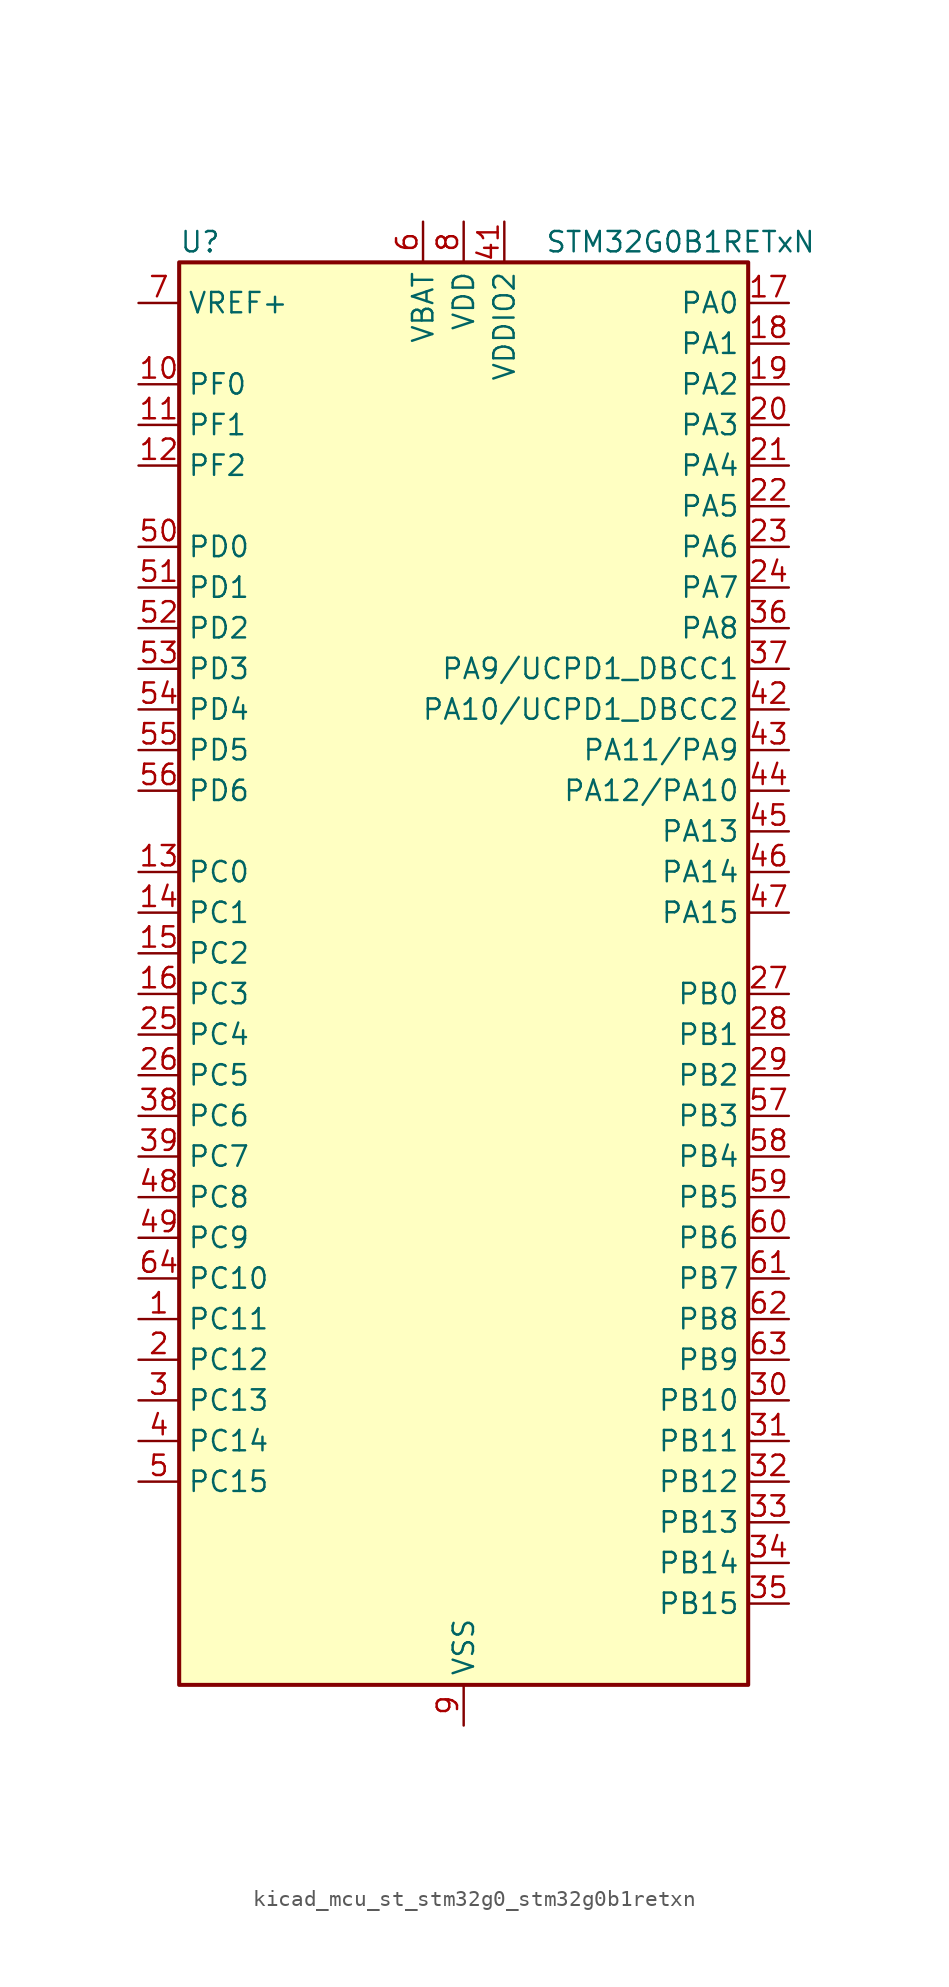
<source format=kicad_sym>
(kicad_symbol_lib
  (version 20220914)
  (generator kicad_symbol_editor)
  (symbol "kicad_mcu_st_stm32g0_stm32g0b1retxn"
    (property "Reference" "U"
      (at -17.78 46.99 0)
      (effects (font (size 1.27 1.27)) (justify left)))
    (property "Value" "STM32G0B1RETxN"
      (at 5.08 46.99 0)
      (effects (font (size 1.27 1.27)) (justify left)))
    (property "ki_locked" ""
      (at 0 0 0)
      (effects (font (size 1.27 1.27))))
    (symbol "kicad_mcu_st_stm32g0_stm32g0b1retxn_0_1"
      (rectangle (start -17.78 -43.18) (end 17.78 45.72) (stroke (width 0.254) (type default)) (fill (type background))))
    (symbol "kicad_mcu_st_stm32g0_stm32g0b1retxn_1_1"
      (pin bidirectional line (at -20.32 -20.32 0) (length 2.54) (name "PC11" (effects (font (size 1.27 1.27)))) (number "1" (effects (font (size 1.27 1.27)))) (alternate "ADC1_EXTI11" bidirectional line) (alternate "SPI3_MISO" bidirectional line) (alternate "TIM1_CH4" bidirectional line) (alternate "USART3_RX" bidirectional line) (alternate "USART4_RX" bidirectional line))
      (pin bidirectional line (at -20.32 38.1 0) (length 2.54) (name "PF0" (effects (font (size 1.27 1.27)))) (number "10" (effects (font (size 1.27 1.27)))) (alternate "CRS1_SYNC" bidirectional line) (alternate "RCC_OSC_IN" bidirectional line) (alternate "TIM14_CH1" bidirectional line))
      (pin bidirectional line (at -20.32 35.56 0) (length 2.54) (name "PF1" (effects (font (size 1.27 1.27)))) (number "11" (effects (font (size 1.27 1.27)))) (alternate "RCC_OSC_EN" bidirectional line) (alternate "RCC_OSC_OUT" bidirectional line) (alternate "TIM15_CH1N" bidirectional line))
      (pin bidirectional line (at -20.32 33.02 0) (length 2.54) (name "PF2" (effects (font (size 1.27 1.27)))) (number "12" (effects (font (size 1.27 1.27)))) (alternate "LPUART2_DE" bidirectional line) (alternate "LPUART2_RTS" bidirectional line) (alternate "LPUART2_TX" bidirectional line) (alternate "RCC_MCO" bidirectional line))
      (pin bidirectional line (at -20.32 7.62 0) (length 2.54) (name "PC0" (effects (font (size 1.27 1.27)))) (number "13" (effects (font (size 1.27 1.27)))) (alternate "COMP3_INM" bidirectional line) (alternate "COMP3_OUT" bidirectional line) (alternate "I2C3_SCL" bidirectional line) (alternate "LPTIM1_IN1" bidirectional line) (alternate "LPTIM2_IN1" bidirectional line) (alternate "LPUART1_RX" bidirectional line) (alternate "LPUART2_TX" bidirectional line) (alternate "USART6_TX" bidirectional line))
      (pin bidirectional line (at -20.32 5.08 0) (length 2.54) (name "PC1" (effects (font (size 1.27 1.27)))) (number "14" (effects (font (size 1.27 1.27)))) (alternate "COMP3_INP" bidirectional line) (alternate "I2C3_SDA" bidirectional line) (alternate "LPTIM1_OUT" bidirectional line) (alternate "LPUART1_TX" bidirectional line) (alternate "LPUART2_RX" bidirectional line) (alternate "TIM15_CH1" bidirectional line) (alternate "USART6_RX" bidirectional line))
      (pin bidirectional line (at -20.32 2.54 0) (length 2.54) (name "PC2" (effects (font (size 1.27 1.27)))) (number "15" (effects (font (size 1.27 1.27)))) (alternate "COMP3_OUT" bidirectional line) (alternate "FDCAN2_RX" bidirectional line) (alternate "I2S2_MCK" bidirectional line) (alternate "LPTIM1_IN2" bidirectional line) (alternate "SPI2_MISO" bidirectional line) (alternate "TIM15_CH2" bidirectional line))
      (pin bidirectional line (at -20.32 0 0) (length 2.54) (name "PC3" (effects (font (size 1.27 1.27)))) (number "16" (effects (font (size 1.27 1.27)))) (alternate "FDCAN2_TX" bidirectional line) (alternate "I2S2_SD" bidirectional line) (alternate "LPTIM1_ETR" bidirectional line) (alternate "LPTIM2_ETR" bidirectional line) (alternate "SPI2_MOSI" bidirectional line))
      (pin bidirectional line (at 20.32 43.18 180) (length 2.54) (name "PA0" (effects (font (size 1.27 1.27)))) (number "17" (effects (font (size 1.27 1.27)))) (alternate "ADC1_IN0" bidirectional line) (alternate "COMP1_INM" bidirectional line) (alternate "COMP1_OUT" bidirectional line) (alternate "I2S2_CK" bidirectional line) (alternate "LPTIM1_OUT" bidirectional line) (alternate "RTC_TAMP_IN2" bidirectional line) (alternate "SPI2_SCK" bidirectional line) (alternate "SYS_WKUP1" bidirectional line) (alternate "TIM2_CH1" bidirectional line) (alternate "TIM2_ETR" bidirectional line) (alternate "UCPD2_FRSTX1" bidirectional line) (alternate "UCPD2_FRSTX2" bidirectional line) (alternate "USART2_CTS" bidirectional line) (alternate "USART2_NSS" bidirectional line) (alternate "USART4_TX" bidirectional line))
      (pin bidirectional line (at 20.32 40.64 180) (length 2.54) (name "PA1" (effects (font (size 1.27 1.27)))) (number "18" (effects (font (size 1.27 1.27)))) (alternate "ADC1_IN1" bidirectional line) (alternate "COMP1_INP" bidirectional line) (alternate "I2C1_SMBA" bidirectional line) (alternate "I2S1_CK" bidirectional line) (alternate "SPI1_SCK" bidirectional line) (alternate "TIM15_CH1N" bidirectional line) (alternate "TIM2_CH2" bidirectional line) (alternate "USART2_CK" bidirectional line) (alternate "USART2_DE" bidirectional line) (alternate "USART2_RTS" bidirectional line) (alternate "USART4_RX" bidirectional line))
      (pin bidirectional line (at 20.32 38.1 180) (length 2.54) (name "PA2" (effects (font (size 1.27 1.27)))) (number "19" (effects (font (size 1.27 1.27)))) (alternate "ADC1_IN2" bidirectional line) (alternate "COMP2_INM" bidirectional line) (alternate "COMP2_OUT" bidirectional line) (alternate "I2S1_SD" bidirectional line) (alternate "LPUART1_TX" bidirectional line) (alternate "RCC_LSCO" bidirectional line) (alternate "SPI1_MOSI" bidirectional line) (alternate "SYS_WKUP4" bidirectional line) (alternate "TIM15_CH1" bidirectional line) (alternate "TIM2_CH3" bidirectional line) (alternate "UCPD1_FRSTX1" bidirectional line) (alternate "UCPD1_FRSTX2" bidirectional line) (alternate "USART2_TX" bidirectional line))
      (pin bidirectional line (at -20.32 -22.86 0) (length 2.54) (name "PC12" (effects (font (size 1.27 1.27)))) (number "2" (effects (font (size 1.27 1.27)))) (alternate "LPTIM1_IN1" bidirectional line) (alternate "SPI3_MOSI" bidirectional line) (alternate "TIM14_CH1" bidirectional line) (alternate "UCPD1_FRSTX1" bidirectional line) (alternate "UCPD1_FRSTX2" bidirectional line) (alternate "USART5_TX" bidirectional line))
      (pin bidirectional line (at 20.32 35.56 180) (length 2.54) (name "PA3" (effects (font (size 1.27 1.27)))) (number "20" (effects (font (size 1.27 1.27)))) (alternate "ADC1_IN3" bidirectional line) (alternate "COMP2_INP" bidirectional line) (alternate "I2S2_MCK" bidirectional line) (alternate "LPUART1_RX" bidirectional line) (alternate "SPI2_MISO" bidirectional line) (alternate "TIM15_CH2" bidirectional line) (alternate "TIM2_CH4" bidirectional line) (alternate "UCPD2_FRSTX1" bidirectional line) (alternate "UCPD2_FRSTX2" bidirectional line) (alternate "USART2_RX" bidirectional line))
      (pin bidirectional line (at 20.32 33.02 180) (length 2.54) (name "PA4" (effects (font (size 1.27 1.27)))) (number "21" (effects (font (size 1.27 1.27)))) (alternate "ADC1_IN4" bidirectional line) (alternate "DAC1_OUT1" bidirectional line) (alternate "I2S1_WS" bidirectional line) (alternate "I2S2_SD" bidirectional line) (alternate "LPTIM2_OUT" bidirectional line) (alternate "RTC_OUT2" bidirectional line) (alternate "SPI1_NSS" bidirectional line) (alternate "SPI2_MOSI" bidirectional line) (alternate "SPI3_NSS" bidirectional line) (alternate "TIM14_CH1" bidirectional line) (alternate "UCPD2_FRSTX1" bidirectional line) (alternate "UCPD2_FRSTX2" bidirectional line) (alternate "USART6_TX" bidirectional line) (alternate "USB_NOE" bidirectional line))
      (pin bidirectional line (at 20.32 30.48 180) (length 2.54) (name "PA5" (effects (font (size 1.27 1.27)))) (number "22" (effects (font (size 1.27 1.27)))) (alternate "ADC1_IN5" bidirectional line) (alternate "CEC" bidirectional line) (alternate "DAC1_OUT2" bidirectional line) (alternate "I2S1_CK" bidirectional line) (alternate "LPTIM2_ETR" bidirectional line) (alternate "SPI1_SCK" bidirectional line) (alternate "TIM2_CH1" bidirectional line) (alternate "TIM2_ETR" bidirectional line) (alternate "UCPD1_FRSTX1" bidirectional line) (alternate "UCPD1_FRSTX2" bidirectional line) (alternate "USART3_TX" bidirectional line) (alternate "USART6_RX" bidirectional line))
      (pin bidirectional line (at 20.32 27.94 180) (length 2.54) (name "PA6" (effects (font (size 1.27 1.27)))) (number "23" (effects (font (size 1.27 1.27)))) (alternate "ADC1_IN6" bidirectional line) (alternate "COMP1_OUT" bidirectional line) (alternate "I2C2_SDA" bidirectional line) (alternate "I2C3_SDA" bidirectional line) (alternate "I2S1_MCK" bidirectional line) (alternate "LPUART1_CTS" bidirectional line) (alternate "SPI1_MISO" bidirectional line) (alternate "TIM16_CH1" bidirectional line) (alternate "TIM1_BK" bidirectional line) (alternate "TIM3_CH1" bidirectional line) (alternate "USART3_CTS" bidirectional line) (alternate "USART3_NSS" bidirectional line) (alternate "USART6_CTS" bidirectional line) (alternate "USART6_NSS" bidirectional line))
      (pin bidirectional line (at 20.32 25.4 180) (length 2.54) (name "PA7" (effects (font (size 1.27 1.27)))) (number "24" (effects (font (size 1.27 1.27)))) (alternate "ADC1_IN7" bidirectional line) (alternate "COMP2_OUT" bidirectional line) (alternate "I2C2_SCL" bidirectional line) (alternate "I2C3_SCL" bidirectional line) (alternate "I2S1_SD" bidirectional line) (alternate "SPI1_MOSI" bidirectional line) (alternate "TIM14_CH1" bidirectional line) (alternate "TIM17_CH1" bidirectional line) (alternate "TIM1_CH1N" bidirectional line) (alternate "TIM3_CH2" bidirectional line) (alternate "UCPD1_FRSTX1" bidirectional line) (alternate "UCPD1_FRSTX2" bidirectional line) (alternate "USART6_CK" bidirectional line) (alternate "USART6_DE" bidirectional line) (alternate "USART6_RTS" bidirectional line))
      (pin bidirectional line (at -20.32 -2.54 0) (length 2.54) (name "PC4" (effects (font (size 1.27 1.27)))) (number "25" (effects (font (size 1.27 1.27)))) (alternate "ADC1_IN17" bidirectional line) (alternate "COMP1_INM" bidirectional line) (alternate "FDCAN1_RX" bidirectional line) (alternate "TIM2_CH1" bidirectional line) (alternate "TIM2_ETR" bidirectional line) (alternate "USART1_TX" bidirectional line) (alternate "USART3_TX" bidirectional line))
      (pin bidirectional line (at -20.32 -5.08 0) (length 2.54) (name "PC5" (effects (font (size 1.27 1.27)))) (number "26" (effects (font (size 1.27 1.27)))) (alternate "ADC1_IN18" bidirectional line) (alternate "COMP1_INP" bidirectional line) (alternate "FDCAN1_TX" bidirectional line) (alternate "SYS_WKUP5" bidirectional line) (alternate "TIM2_CH2" bidirectional line) (alternate "USART1_RX" bidirectional line) (alternate "USART3_RX" bidirectional line))
      (pin bidirectional line (at 20.32 0 180) (length 2.54) (name "PB0" (effects (font (size 1.27 1.27)))) (number "27" (effects (font (size 1.27 1.27)))) (alternate "ADC1_IN8" bidirectional line) (alternate "COMP1_OUT" bidirectional line) (alternate "COMP3_INP" bidirectional line) (alternate "FDCAN2_RX" bidirectional line) (alternate "I2S1_WS" bidirectional line) (alternate "LPTIM1_OUT" bidirectional line) (alternate "LPUART2_CTS" bidirectional line) (alternate "SPI1_NSS" bidirectional line) (alternate "TIM1_CH2N" bidirectional line) (alternate "TIM3_CH3" bidirectional line) (alternate "UCPD1_FRSTX1" bidirectional line) (alternate "UCPD1_FRSTX2" bidirectional line) (alternate "USART3_RX" bidirectional line) (alternate "USART5_TX" bidirectional line))
      (pin bidirectional line (at 20.32 -2.54 180) (length 2.54) (name "PB1" (effects (font (size 1.27 1.27)))) (number "28" (effects (font (size 1.27 1.27)))) (alternate "ADC1_IN9" bidirectional line) (alternate "COMP1_INM" bidirectional line) (alternate "COMP3_OUT" bidirectional line) (alternate "FDCAN2_TX" bidirectional line) (alternate "LPTIM2_IN1" bidirectional line) (alternate "LPUART1_DE" bidirectional line) (alternate "LPUART1_RTS" bidirectional line) (alternate "LPUART2_DE" bidirectional line) (alternate "LPUART2_RTS" bidirectional line) (alternate "TIM14_CH1" bidirectional line) (alternate "TIM1_CH3N" bidirectional line) (alternate "TIM3_CH4" bidirectional line) (alternate "USART3_CK" bidirectional line) (alternate "USART3_DE" bidirectional line) (alternate "USART3_RTS" bidirectional line) (alternate "USART5_RX" bidirectional line))
      (pin bidirectional line (at 20.32 -5.08 180) (length 2.54) (name "PB2" (effects (font (size 1.27 1.27)))) (number "29" (effects (font (size 1.27 1.27)))) (alternate "ADC1_IN10" bidirectional line) (alternate "COMP1_INP" bidirectional line) (alternate "COMP3_INM" bidirectional line) (alternate "I2S2_MCK" bidirectional line) (alternate "LPTIM1_OUT" bidirectional line) (alternate "RCC_MCO_2" bidirectional line) (alternate "SPI2_MISO" bidirectional line) (alternate "USART3_TX" bidirectional line))
      (pin bidirectional line (at -20.32 -25.4 0) (length 2.54) (name "PC13" (effects (font (size 1.27 1.27)))) (number "3" (effects (font (size 1.27 1.27)))) (alternate "RTC_OUT1" bidirectional line) (alternate "RTC_TAMP_IN1" bidirectional line) (alternate "RTC_TS" bidirectional line) (alternate "SYS_WKUP2" bidirectional line) (alternate "TIM1_BK" bidirectional line))
      (pin bidirectional line (at 20.32 -25.4 180) (length 2.54) (name "PB10" (effects (font (size 1.27 1.27)))) (number "30" (effects (font (size 1.27 1.27)))) (alternate "ADC1_IN11" bidirectional line) (alternate "CEC" bidirectional line) (alternate "COMP1_OUT" bidirectional line) (alternate "I2C2_SCL" bidirectional line) (alternate "I2S2_CK" bidirectional line) (alternate "LPUART1_RX" bidirectional line) (alternate "SPI2_SCK" bidirectional line) (alternate "TIM2_CH3" bidirectional line) (alternate "USART3_TX" bidirectional line))
      (pin bidirectional line (at 20.32 -27.94 180) (length 2.54) (name "PB11" (effects (font (size 1.27 1.27)))) (number "31" (effects (font (size 1.27 1.27)))) (alternate "ADC1_EXTI11" bidirectional line) (alternate "ADC1_IN15" bidirectional line) (alternate "COMP2_OUT" bidirectional line) (alternate "I2C2_SDA" bidirectional line) (alternate "I2S2_SD" bidirectional line) (alternate "LPUART1_TX" bidirectional line) (alternate "SPI2_MOSI" bidirectional line) (alternate "TIM2_CH4" bidirectional line) (alternate "USART3_RX" bidirectional line))
      (pin bidirectional line (at 20.32 -30.48 180) (length 2.54) (name "PB12" (effects (font (size 1.27 1.27)))) (number "32" (effects (font (size 1.27 1.27)))) (alternate "ADC1_IN16" bidirectional line) (alternate "FDCAN2_RX" bidirectional line) (alternate "I2C2_SMBA" bidirectional line) (alternate "I2S2_WS" bidirectional line) (alternate "LPUART1_DE" bidirectional line) (alternate "LPUART1_RTS" bidirectional line) (alternate "SPI2_NSS" bidirectional line) (alternate "TIM15_BK" bidirectional line) (alternate "TIM1_BK" bidirectional line) (alternate "UCPD2_FRSTX1" bidirectional line) (alternate "UCPD2_FRSTX2" bidirectional line))
      (pin bidirectional line (at 20.32 -33.02 180) (length 2.54) (name "PB13" (effects (font (size 1.27 1.27)))) (number "33" (effects (font (size 1.27 1.27)))) (alternate "FDCAN2_TX" bidirectional line) (alternate "I2C2_SCL" bidirectional line) (alternate "I2S2_CK" bidirectional line) (alternate "LPUART1_CTS" bidirectional line) (alternate "SPI2_SCK" bidirectional line) (alternate "TIM15_CH1N" bidirectional line) (alternate "TIM1_CH1N" bidirectional line) (alternate "USART3_CTS" bidirectional line) (alternate "USART3_NSS" bidirectional line))
      (pin bidirectional line (at 20.32 -35.56 180) (length 2.54) (name "PB14" (effects (font (size 1.27 1.27)))) (number "34" (effects (font (size 1.27 1.27)))) (alternate "I2C2_SDA" bidirectional line) (alternate "I2S2_MCK" bidirectional line) (alternate "SPI2_MISO" bidirectional line) (alternate "TIM15_CH1" bidirectional line) (alternate "TIM1_CH2N" bidirectional line) (alternate "UCPD1_FRSTX1" bidirectional line) (alternate "UCPD1_FRSTX2" bidirectional line) (alternate "USART3_CK" bidirectional line) (alternate "USART3_DE" bidirectional line) (alternate "USART3_RTS" bidirectional line) (alternate "USART6_CK" bidirectional line) (alternate "USART6_DE" bidirectional line) (alternate "USART6_RTS" bidirectional line))
      (pin bidirectional line (at 20.32 -38.1 180) (length 2.54) (name "PB15" (effects (font (size 1.27 1.27)))) (number "35" (effects (font (size 1.27 1.27)))) (alternate "I2S2_SD" bidirectional line) (alternate "RTC_REFIN" bidirectional line) (alternate "SPI2_MOSI" bidirectional line) (alternate "TIM15_CH1N" bidirectional line) (alternate "TIM15_CH2" bidirectional line) (alternate "TIM1_CH3N" bidirectional line) (alternate "UCPD1_CC2" bidirectional line) (alternate "USART6_CTS" bidirectional line) (alternate "USART6_NSS" bidirectional line))
      (pin bidirectional line (at 20.32 22.86 180) (length 2.54) (name "PA8" (effects (font (size 1.27 1.27)))) (number "36" (effects (font (size 1.27 1.27)))) (alternate "CRS1_SYNC" bidirectional line) (alternate "I2C2_SMBA" bidirectional line) (alternate "I2S2_WS" bidirectional line) (alternate "LPTIM2_OUT" bidirectional line) (alternate "RCC_MCO" bidirectional line) (alternate "SPI2_NSS" bidirectional line) (alternate "TIM1_CH1" bidirectional line) (alternate "UCPD1_CC1" bidirectional line))
      (pin bidirectional line (at 20.32 20.32 180) (length 2.54) (name "PA9/UCPD1_DBCC1" (effects (font (size 1.27 1.27)))) (number "37" (effects (font (size 1.27 1.27)))) (alternate "DAC1_EXTI9" bidirectional line) (alternate "I2C1_SCL" bidirectional line) (alternate "I2C2_SCL" bidirectional line) (alternate "I2S2_MCK" bidirectional line) (alternate "RCC_MCO" bidirectional line) (alternate "SPI2_MISO" bidirectional line) (alternate "TIM15_BK" bidirectional line) (alternate "TIM1_CH2" bidirectional line) (alternate "UCPD1_DBCC1" bidirectional line) (alternate "USART1_TX" bidirectional line))
      (pin bidirectional line (at -20.32 -7.62 0) (length 2.54) (name "PC6" (effects (font (size 1.27 1.27)))) (number "38" (effects (font (size 1.27 1.27)))) (alternate "LPUART2_TX" bidirectional line) (alternate "TIM2_CH3" bidirectional line) (alternate "TIM3_CH1" bidirectional line) (alternate "UCPD1_FRSTX1" bidirectional line) (alternate "UCPD1_FRSTX2" bidirectional line))
      (pin bidirectional line (at -20.32 -10.16 0) (length 2.54) (name "PC7" (effects (font (size 1.27 1.27)))) (number "39" (effects (font (size 1.27 1.27)))) (alternate "LPUART2_RX" bidirectional line) (alternate "TIM2_CH4" bidirectional line) (alternate "TIM3_CH2" bidirectional line) (alternate "UCPD2_FRSTX1" bidirectional line) (alternate "UCPD2_FRSTX2" bidirectional line))
      (pin bidirectional line (at -20.32 -27.94 0) (length 2.54) (name "PC14" (effects (font (size 1.27 1.27)))) (number "4" (effects (font (size 1.27 1.27)))) (alternate "RCC_OSC32_IN" bidirectional line) (alternate "TIM1_BK2" bidirectional line))
      (pin passive line (at 0 -45.72 90) (length 2.54) hide (name "VSS" (effects (font (size 1.27 1.27)))) (number "40" (effects (font (size 1.27 1.27)))))
      (pin power_in line (at 2.54 48.26 270) (length 2.54) (name "VDDIO2" (effects (font (size 1.27 1.27)))) (number "41" (effects (font (size 1.27 1.27)))))
      (pin bidirectional line (at 20.32 17.78 180) (length 2.54) (name "PA10/UCPD1_DBCC2" (effects (font (size 1.27 1.27)))) (number "42" (effects (font (size 1.27 1.27)))) (alternate "I2C1_SDA" bidirectional line) (alternate "I2C2_SDA" bidirectional line) (alternate "I2S2_SD" bidirectional line) (alternate "RCC_MCO_2" bidirectional line) (alternate "SPI2_MOSI" bidirectional line) (alternate "TIM17_BK" bidirectional line) (alternate "TIM1_CH3" bidirectional line) (alternate "UCPD1_DBCC2" bidirectional line) (alternate "USART1_RX" bidirectional line))
      (pin bidirectional line (at 20.32 15.24 180) (length 2.54) (name "PA11/PA9" (effects (font (size 1.27 1.27)))) (number "43" (effects (font (size 1.27 1.27)))) (alternate "ADC1_EXTI11" bidirectional line) (alternate "COMP1_OUT" bidirectional line) (alternate "FDCAN1_RX" bidirectional line) (alternate "I2C2_SCL" bidirectional line) (alternate "I2S1_MCK" bidirectional line) (alternate "SPI1_MISO" bidirectional line) (alternate "TIM1_BK2" bidirectional line) (alternate "TIM1_CH4" bidirectional line) (alternate "USART1_CTS" bidirectional line) (alternate "USART1_NSS" bidirectional line) (alternate "USB_DM" bidirectional line))
      (pin bidirectional line (at 20.32 12.7 180) (length 2.54) (name "PA12/PA10" (effects (font (size 1.27 1.27)))) (number "44" (effects (font (size 1.27 1.27)))) (alternate "COMP2_OUT" bidirectional line) (alternate "FDCAN1_TX" bidirectional line) (alternate "I2C2_SDA" bidirectional line) (alternate "I2S1_SD" bidirectional line) (alternate "I2S_CKIN" bidirectional line) (alternate "SPI1_MOSI" bidirectional line) (alternate "TIM1_ETR" bidirectional line) (alternate "USART1_CK" bidirectional line) (alternate "USART1_DE" bidirectional line) (alternate "USART1_RTS" bidirectional line) (alternate "USB_DP" bidirectional line))
      (pin bidirectional line (at 20.32 10.16 180) (length 2.54) (name "PA13" (effects (font (size 1.27 1.27)))) (number "45" (effects (font (size 1.27 1.27)))) (alternate "IR_OUT" bidirectional line) (alternate "LPUART2_RX" bidirectional line) (alternate "SYS_SWDIO" bidirectional line) (alternate "USB_NOE" bidirectional line))
      (pin bidirectional line (at 20.32 7.62 180) (length 2.54) (name "PA14" (effects (font (size 1.27 1.27)))) (number "46" (effects (font (size 1.27 1.27)))) (alternate "LPUART2_TX" bidirectional line) (alternate "SYS_SWCLK" bidirectional line) (alternate "USART2_TX" bidirectional line))
      (pin bidirectional line (at 20.32 5.08 180) (length 2.54) (name "PA15" (effects (font (size 1.27 1.27)))) (number "47" (effects (font (size 1.27 1.27)))) (alternate "I2C2_SMBA" bidirectional line) (alternate "I2S1_WS" bidirectional line) (alternate "RCC_MCO_2" bidirectional line) (alternate "SPI1_NSS" bidirectional line) (alternate "SPI3_NSS" bidirectional line) (alternate "TIM2_CH1" bidirectional line) (alternate "TIM2_ETR" bidirectional line) (alternate "USART2_RX" bidirectional line) (alternate "USART3_CK" bidirectional line) (alternate "USART3_DE" bidirectional line) (alternate "USART3_RTS" bidirectional line) (alternate "USART4_CK" bidirectional line) (alternate "USART4_DE" bidirectional line) (alternate "USART4_RTS" bidirectional line) (alternate "USB_NOE" bidirectional line))
      (pin bidirectional line (at -20.32 -12.7 0) (length 2.54) (name "PC8" (effects (font (size 1.27 1.27)))) (number "48" (effects (font (size 1.27 1.27)))) (alternate "LPUART2_CTS" bidirectional line) (alternate "TIM1_CH1" bidirectional line) (alternate "TIM3_CH3" bidirectional line) (alternate "UCPD2_FRSTX1" bidirectional line) (alternate "UCPD2_FRSTX2" bidirectional line))
      (pin bidirectional line (at -20.32 -15.24 0) (length 2.54) (name "PC9" (effects (font (size 1.27 1.27)))) (number "49" (effects (font (size 1.27 1.27)))) (alternate "DAC1_EXTI9" bidirectional line) (alternate "I2S_CKIN" bidirectional line) (alternate "LPUART2_DE" bidirectional line) (alternate "LPUART2_RTS" bidirectional line) (alternate "TIM1_CH2" bidirectional line) (alternate "TIM3_CH4" bidirectional line) (alternate "USB_NOE" bidirectional line))
      (pin bidirectional line (at -20.32 -30.48 0) (length 2.54) (name "PC15" (effects (font (size 1.27 1.27)))) (number "5" (effects (font (size 1.27 1.27)))) (alternate "RCC_OSC32_EN" bidirectional line) (alternate "RCC_OSC32_OUT" bidirectional line) (alternate "RCC_OSC_EN" bidirectional line) (alternate "TIM15_BK" bidirectional line))
      (pin bidirectional line (at -20.32 27.94 0) (length 2.54) (name "PD0" (effects (font (size 1.27 1.27)))) (number "50" (effects (font (size 1.27 1.27)))) (alternate "FDCAN1_RX" bidirectional line) (alternate "I2S2_WS" bidirectional line) (alternate "SPI2_NSS" bidirectional line) (alternate "TIM16_CH1" bidirectional line) (alternate "UCPD2_CC1" bidirectional line))
      (pin bidirectional line (at -20.32 25.4 0) (length 2.54) (name "PD1" (effects (font (size 1.27 1.27)))) (number "51" (effects (font (size 1.27 1.27)))) (alternate "FDCAN1_TX" bidirectional line) (alternate "I2S2_CK" bidirectional line) (alternate "SPI2_SCK" bidirectional line) (alternate "TIM17_CH1" bidirectional line) (alternate "UCPD2_DBCC1" bidirectional line))
      (pin bidirectional line (at -20.32 22.86 0) (length 2.54) (name "PD2" (effects (font (size 1.27 1.27)))) (number "52" (effects (font (size 1.27 1.27)))) (alternate "TIM1_CH1N" bidirectional line) (alternate "TIM3_ETR" bidirectional line) (alternate "UCPD2_CC2" bidirectional line) (alternate "USART3_CK" bidirectional line) (alternate "USART3_DE" bidirectional line) (alternate "USART3_RTS" bidirectional line) (alternate "USART5_RX" bidirectional line))
      (pin bidirectional line (at -20.32 20.32 0) (length 2.54) (name "PD3" (effects (font (size 1.27 1.27)))) (number "53" (effects (font (size 1.27 1.27)))) (alternate "I2S2_MCK" bidirectional line) (alternate "SPI2_MISO" bidirectional line) (alternate "TIM1_CH2N" bidirectional line) (alternate "UCPD2_DBCC2" bidirectional line) (alternate "USART2_CTS" bidirectional line) (alternate "USART2_NSS" bidirectional line) (alternate "USART5_TX" bidirectional line))
      (pin bidirectional line (at -20.32 17.78 0) (length 2.54) (name "PD4" (effects (font (size 1.27 1.27)))) (number "54" (effects (font (size 1.27 1.27)))) (alternate "I2S2_SD" bidirectional line) (alternate "SPI2_MOSI" bidirectional line) (alternate "TIM1_CH3N" bidirectional line) (alternate "USART2_CK" bidirectional line) (alternate "USART2_DE" bidirectional line) (alternate "USART2_RTS" bidirectional line) (alternate "USART5_CK" bidirectional line) (alternate "USART5_DE" bidirectional line) (alternate "USART5_RTS" bidirectional line))
      (pin bidirectional line (at -20.32 15.24 0) (length 2.54) (name "PD5" (effects (font (size 1.27 1.27)))) (number "55" (effects (font (size 1.27 1.27)))) (alternate "I2S1_MCK" bidirectional line) (alternate "SPI1_MISO" bidirectional line) (alternate "TIM1_BK" bidirectional line) (alternate "USART2_TX" bidirectional line) (alternate "USART5_CTS" bidirectional line) (alternate "USART5_NSS" bidirectional line))
      (pin bidirectional line (at -20.32 12.7 0) (length 2.54) (name "PD6" (effects (font (size 1.27 1.27)))) (number "56" (effects (font (size 1.27 1.27)))) (alternate "I2S1_SD" bidirectional line) (alternate "LPTIM2_OUT" bidirectional line) (alternate "SPI1_MOSI" bidirectional line) (alternate "USART2_RX" bidirectional line))
      (pin bidirectional line (at 20.32 -7.62 180) (length 2.54) (name "PB3" (effects (font (size 1.27 1.27)))) (number "57" (effects (font (size 1.27 1.27)))) (alternate "COMP2_INM" bidirectional line) (alternate "I2C2_SCL" bidirectional line) (alternate "I2C3_SCL" bidirectional line) (alternate "I2S1_CK" bidirectional line) (alternate "SPI1_SCK" bidirectional line) (alternate "SPI3_SCK" bidirectional line) (alternate "TIM1_CH2" bidirectional line) (alternate "TIM2_CH2" bidirectional line) (alternate "USART1_CK" bidirectional line) (alternate "USART1_DE" bidirectional line) (alternate "USART1_RTS" bidirectional line) (alternate "USART5_TX" bidirectional line))
      (pin bidirectional line (at 20.32 -10.16 180) (length 2.54) (name "PB4" (effects (font (size 1.27 1.27)))) (number "58" (effects (font (size 1.27 1.27)))) (alternate "COMP2_INP" bidirectional line) (alternate "I2C2_SDA" bidirectional line) (alternate "I2C3_SDA" bidirectional line) (alternate "I2S1_MCK" bidirectional line) (alternate "SPI1_MISO" bidirectional line) (alternate "SPI3_MISO" bidirectional line) (alternate "TIM17_BK" bidirectional line) (alternate "TIM3_CH1" bidirectional line) (alternate "USART1_CTS" bidirectional line) (alternate "USART1_NSS" bidirectional line) (alternate "USART5_RX" bidirectional line))
      (pin bidirectional line (at 20.32 -12.7 180) (length 2.54) (name "PB5" (effects (font (size 1.27 1.27)))) (number "59" (effects (font (size 1.27 1.27)))) (alternate "COMP2_OUT" bidirectional line) (alternate "FDCAN2_RX" bidirectional line) (alternate "I2C1_SMBA" bidirectional line) (alternate "I2S1_SD" bidirectional line) (alternate "LPTIM1_IN1" bidirectional line) (alternate "SPI1_MOSI" bidirectional line) (alternate "SPI3_MOSI" bidirectional line) (alternate "SYS_WKUP6" bidirectional line) (alternate "TIM16_BK" bidirectional line) (alternate "TIM3_CH2" bidirectional line) (alternate "USART5_CK" bidirectional line) (alternate "USART5_DE" bidirectional line) (alternate "USART5_RTS" bidirectional line))
      (pin power_in line (at -2.54 48.26 270) (length 2.54) (name "VBAT" (effects (font (size 1.27 1.27)))) (number "6" (effects (font (size 1.27 1.27)))))
      (pin bidirectional line (at 20.32 -15.24 180) (length 2.54) (name "PB6" (effects (font (size 1.27 1.27)))) (number "60" (effects (font (size 1.27 1.27)))) (alternate "COMP2_INP" bidirectional line) (alternate "FDCAN2_TX" bidirectional line) (alternate "I2C1_SCL" bidirectional line) (alternate "I2S2_MCK" bidirectional line) (alternate "LPTIM1_ETR" bidirectional line) (alternate "LPUART2_TX" bidirectional line) (alternate "SPI2_MISO" bidirectional line) (alternate "TIM16_CH1N" bidirectional line) (alternate "TIM1_CH3" bidirectional line) (alternate "TIM4_CH1" bidirectional line) (alternate "USART1_TX" bidirectional line) (alternate "USART5_CTS" bidirectional line) (alternate "USART5_NSS" bidirectional line))
      (pin bidirectional line (at 20.32 -17.78 180) (length 2.54) (name "PB7" (effects (font (size 1.27 1.27)))) (number "61" (effects (font (size 1.27 1.27)))) (alternate "COMP2_INM" bidirectional line) (alternate "I2C1_SDA" bidirectional line) (alternate "I2S2_SD" bidirectional line) (alternate "LPTIM1_IN2" bidirectional line) (alternate "LPUART2_RX" bidirectional line) (alternate "SPI2_MOSI" bidirectional line) (alternate "SYS_PVD_IN" bidirectional line) (alternate "TIM17_CH1N" bidirectional line) (alternate "TIM4_CH2" bidirectional line) (alternate "USART1_RX" bidirectional line) (alternate "USART4_CTS" bidirectional line) (alternate "USART4_NSS" bidirectional line))
      (pin bidirectional line (at 20.32 -20.32 180) (length 2.54) (name "PB8" (effects (font (size 1.27 1.27)))) (number "62" (effects (font (size 1.27 1.27)))) (alternate "CEC" bidirectional line) (alternate "FDCAN1_RX" bidirectional line) (alternate "I2C1_SCL" bidirectional line) (alternate "I2S2_CK" bidirectional line) (alternate "SPI2_SCK" bidirectional line) (alternate "TIM15_BK" bidirectional line) (alternate "TIM16_CH1" bidirectional line) (alternate "TIM4_CH3" bidirectional line) (alternate "USART3_TX" bidirectional line) (alternate "USART6_TX" bidirectional line))
      (pin bidirectional line (at 20.32 -22.86 180) (length 2.54) (name "PB9" (effects (font (size 1.27 1.27)))) (number "63" (effects (font (size 1.27 1.27)))) (alternate "DAC1_EXTI9" bidirectional line) (alternate "FDCAN1_TX" bidirectional line) (alternate "I2C1_SDA" bidirectional line) (alternate "I2S2_WS" bidirectional line) (alternate "IR_OUT" bidirectional line) (alternate "SPI2_NSS" bidirectional line) (alternate "TIM17_CH1" bidirectional line) (alternate "TIM4_CH4" bidirectional line) (alternate "UCPD2_FRSTX1" bidirectional line) (alternate "UCPD2_FRSTX2" bidirectional line) (alternate "USART3_RX" bidirectional line) (alternate "USART6_RX" bidirectional line))
      (pin bidirectional line (at -20.32 -17.78 0) (length 2.54) (name "PC10" (effects (font (size 1.27 1.27)))) (number "64" (effects (font (size 1.27 1.27)))) (alternate "SPI3_SCK" bidirectional line) (alternate "TIM1_CH3" bidirectional line) (alternate "USART3_TX" bidirectional line) (alternate "USART4_TX" bidirectional line))
      (pin input line (at -20.32 43.18 0) (length 2.54) (name "VREF+" (effects (font (size 1.27 1.27)))) (number "7" (effects (font (size 1.27 1.27)))) (alternate "VREFBUF_OUT" bidirectional line))
      (pin power_in line (at 0 48.26 270) (length 2.54) (name "VDD" (effects (font (size 1.27 1.27)))) (number "8" (effects (font (size 1.27 1.27)))))
      (pin power_in line (at 0 -45.72 90) (length 2.54) (name "VSS" (effects (font (size 1.27 1.27)))) (number "9" (effects (font (size 1.27 1.27))))))))
</source>
